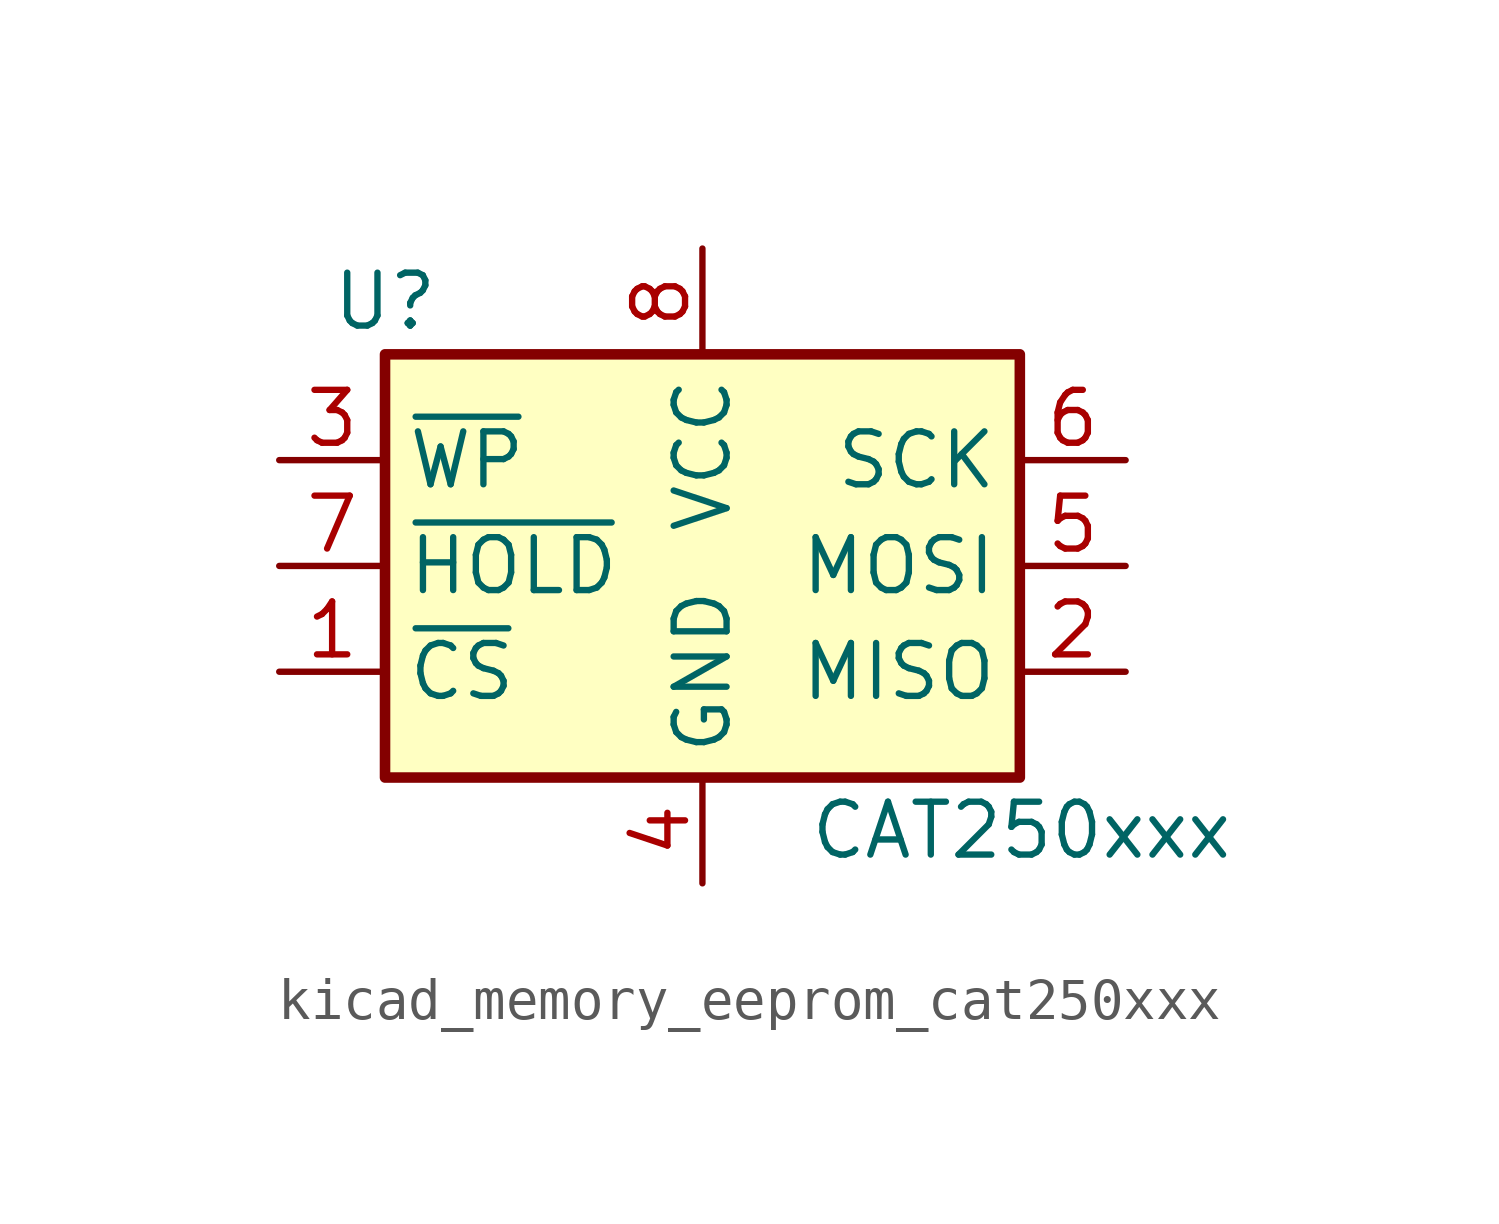
<source format=kicad_sym>
(kicad_symbol_lib
  (version 20220914)
  (generator kicad_symbol_editor)
  (symbol "kicad_memory_eeprom_cat250xxx"
    (property "Reference" "U"
      (at -7.62 6.35 0)
      (effects (font (size 1.27 1.27))))
    (property "Value" "CAT250xxx"
      (at 2.54 -6.35 0)
      (effects (font (size 1.27 1.27)) (justify left)))
    (symbol "kicad_memory_eeprom_cat250xxx_1_1"
      (rectangle (start -7.62 5.08) (end 7.62 -5.08) (stroke (width 0.254) (type default)) (fill (type background)))
      (pin input line (at -10.16 -2.54 0) (length 2.54) (name "~{CS}" (effects (font (size 1.27 1.27)))) (number "1" (effects (font (size 1.27 1.27)))))
      (pin tri_state line (at 10.16 -2.54 180) (length 2.54) (name "MISO" (effects (font (size 1.27 1.27)))) (number "2" (effects (font (size 1.27 1.27)))))
      (pin input line (at -10.16 2.54 0) (length 2.54) (name "~{WP}" (effects (font (size 1.27 1.27)))) (number "3" (effects (font (size 1.27 1.27)))))
      (pin power_in line (at 0 -7.62 90) (length 2.54) (name "GND" (effects (font (size 1.27 1.27)))) (number "4" (effects (font (size 1.27 1.27)))))
      (pin input line (at 10.16 0 180) (length 2.54) (name "MOSI" (effects (font (size 1.27 1.27)))) (number "5" (effects (font (size 1.27 1.27)))))
      (pin input line (at 10.16 2.54 180) (length 2.54) (name "SCK" (effects (font (size 1.27 1.27)))) (number "6" (effects (font (size 1.27 1.27)))))
      (pin input line (at -10.16 0 0) (length 2.54) (name "~{HOLD}" (effects (font (size 1.27 1.27)))) (number "7" (effects (font (size 1.27 1.27)))))
      (pin power_in line (at 0 7.62 270) (length 2.54) (name "VCC" (effects (font (size 1.27 1.27)))) (number "8" (effects (font (size 1.27 1.27))))))))
</source>
